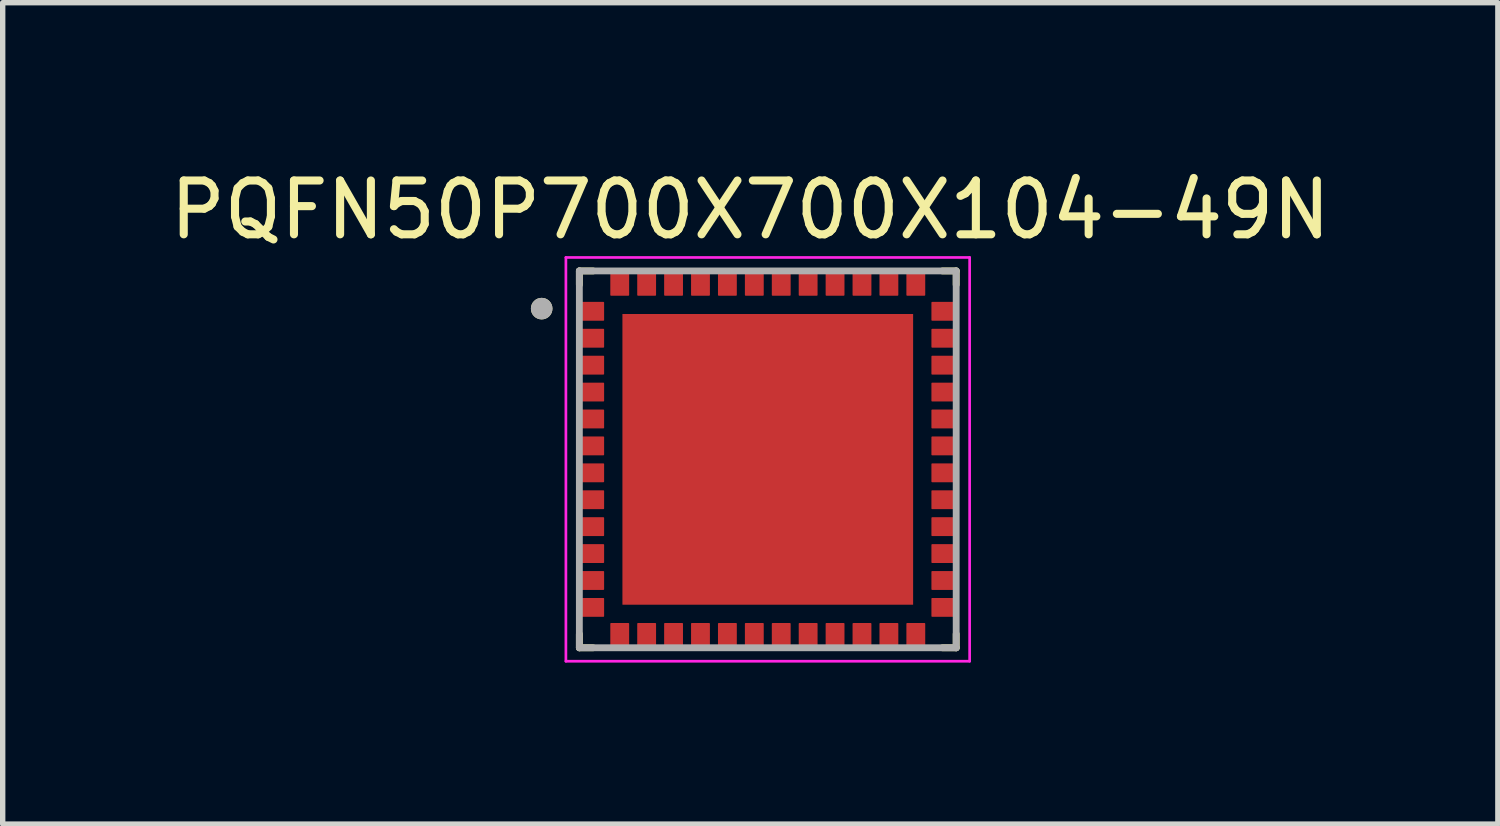
<source format=kicad_pcb>
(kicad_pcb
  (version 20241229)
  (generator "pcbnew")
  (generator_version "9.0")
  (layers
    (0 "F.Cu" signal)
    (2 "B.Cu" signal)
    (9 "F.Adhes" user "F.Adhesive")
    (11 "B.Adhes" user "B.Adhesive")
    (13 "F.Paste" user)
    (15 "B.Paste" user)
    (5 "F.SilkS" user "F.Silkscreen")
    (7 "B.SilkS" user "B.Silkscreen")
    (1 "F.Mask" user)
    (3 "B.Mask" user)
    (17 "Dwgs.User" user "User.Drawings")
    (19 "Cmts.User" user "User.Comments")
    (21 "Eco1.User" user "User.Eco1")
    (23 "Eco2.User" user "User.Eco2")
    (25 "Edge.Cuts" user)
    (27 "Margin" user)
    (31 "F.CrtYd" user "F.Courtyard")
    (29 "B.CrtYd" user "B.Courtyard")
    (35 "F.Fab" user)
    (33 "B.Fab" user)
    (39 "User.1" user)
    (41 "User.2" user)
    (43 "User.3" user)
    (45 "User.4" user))
  (footprint "PQFN50P700X700X104-49N"
    (layer "F.Cu")
    (at 11.212 5.483)
    (property "Reference" "PQFN50P700X700X104-49N" (at -0.325 -4.635 0) (layer "F.SilkS") (effects (font (size 1 1) (thickness 0.15))))
    (attr through_hole)
    (fp_line (start -3.5 -3.5) (end -3.245 -3.5) (stroke (width 0.127) (type solid)) (layer "F.SilkS"))
    (fp_line (start -3.5 -3.245) (end -3.5 -3.5) (stroke (width 0.127) (type solid)) (layer "F.SilkS"))
    (fp_line (start -3.5 3.245) (end -3.5 3.5) (stroke (width 0.127) (type solid)) (layer "F.SilkS"))
    (fp_line (start -3.5 3.5) (end -3.245 3.5) (stroke (width 0.127) (type solid)) (layer "F.SilkS"))
    (fp_line (start 3.5 -3.5) (end 3.245 -3.5) (stroke (width 0.127) (type solid)) (layer "F.SilkS"))
    (fp_line (start 3.5 -3.245) (end 3.5 -3.5) (stroke (width 0.127) (type solid)) (layer "F.SilkS"))
    (fp_line (start 3.5 3.245) (end 3.5 3.5) (stroke (width 0.127) (type solid)) (layer "F.SilkS"))
    (fp_line (start 3.5 3.5) (end 3.245 3.5) (stroke (width 0.127) (type solid)) (layer "F.SilkS"))
    (fp_circle (center -4.2 -2.8) (end -4.1 -2.8) (stroke (width 0.2) (type solid)) (fill no) (layer "F.SilkS"))
    (fp_poly (pts (xy -2.305 -2.305) (xy -0.395 -2.305) (xy -0.395 -0.395) (xy -2.305 -0.395)) (stroke (width 0.01) (type solid)) (fill yes) (layer "F.Paste"))
    (fp_poly (pts (xy -2.305 0.395) (xy -0.395 0.395) (xy -0.395 2.305) (xy -2.305 2.305)) (stroke (width 0.01) (type solid)) (fill yes) (layer "F.Paste"))
    (fp_poly (pts (xy 0.395 -2.305) (xy 2.305 -2.305) (xy 2.305 -0.395) (xy 0.395 -0.395)) (stroke (width 0.01) (type solid)) (fill yes) (layer "F.Paste"))
    (fp_poly (pts (xy 0.395 0.395) (xy 2.305 0.395) (xy 2.305 2.305) (xy 0.395 2.305)) (stroke (width 0.01) (type solid)) (fill yes) (layer "F.Paste"))
    (fp_line (start -3.75 -3.75) (end -3.75 3.75) (stroke (width 0.05) (type solid)) (layer "F.CrtYd"))
    (fp_line (start -3.75 3.75) (end 3.75 3.75) (stroke (width 0.05) (type solid)) (layer "F.CrtYd"))
    (fp_line (start 3.75 -3.75) (end -3.75 -3.75) (stroke (width 0.05) (type solid)) (layer "F.CrtYd"))
    (fp_line (start 3.75 3.75) (end 3.75 -3.75) (stroke (width 0.05) (type solid)) (layer "F.CrtYd"))
    (fp_line (start -3.5 -3.5) (end 3.5 -3.5) (stroke (width 0.127) (type solid)) (layer "F.Fab"))
    (fp_line (start -3.5 3.5) (end -3.5 -3.5) (stroke (width 0.127) (type solid)) (layer "F.Fab"))
    (fp_line (start 3.5 -3.5) (end 3.5 3.5) (stroke (width 0.127) (type solid)) (layer "F.Fab"))
    (fp_line (start 3.5 3.5) (end -3.5 3.5) (stroke (width 0.127) (type solid)) (layer "F.Fab"))
    (fp_circle (center -4.2 -2.8) (end -4.1 -2.8) (stroke (width 0.2) (type solid)) (fill no) (layer "F.Fab"))
    (pad "1" smd roundrect (at -3.265 -2.75 180) (size 0.45 0.35) (layers "F.Cu" "F.Mask" "F.Paste") (roundrect_rratio 0.04))
    (pad "2" smd roundrect (at -3.265 -2.25 180) (size 0.45 0.35) (layers "F.Cu" "F.Mask" "F.Paste") (roundrect_rratio 0.04))
    (pad "3" smd roundrect (at -3.265 -1.75 180) (size 0.45 0.35) (layers "F.Cu" "F.Mask" "F.Paste") (roundrect_rratio 0.04))
    (pad "4" smd roundrect (at -3.265 -1.25 180) (size 0.45 0.35) (layers "F.Cu" "F.Mask" "F.Paste") (roundrect_rratio 0.04))
    (pad "5" smd roundrect (at -3.265 -0.75 180) (size 0.45 0.35) (layers "F.Cu" "F.Mask" "F.Paste") (roundrect_rratio 0.04))
    (pad "6" smd roundrect (at -3.265 -0.25 180) (size 0.45 0.35) (layers "F.Cu" "F.Mask" "F.Paste") (roundrect_rratio 0.04))
    (pad "7" smd roundrect (at -3.265 0.25 180) (size 0.45 0.35) (layers "F.Cu" "F.Mask" "F.Paste") (roundrect_rratio 0.04))
    (pad "8" smd roundrect (at -3.265 0.75 180) (size 0.45 0.35) (layers "F.Cu" "F.Mask" "F.Paste") (roundrect_rratio 0.04))
    (pad "9" smd roundrect (at -3.265 1.25 180) (size 0.45 0.35) (layers "F.Cu" "F.Mask" "F.Paste") (roundrect_rratio 0.04))
    (pad "10" smd roundrect (at -3.265 1.75 180) (size 0.45 0.35) (layers "F.Cu" "F.Mask" "F.Paste") (roundrect_rratio 0.04))
    (pad "11" smd roundrect (at -3.265 2.25 180) (size 0.45 0.35) (layers "F.Cu" "F.Mask" "F.Paste") (roundrect_rratio 0.04))
    (pad "12" smd roundrect (at -3.265 2.75 180) (size 0.45 0.35) (layers "F.Cu" "F.Mask" "F.Paste") (roundrect_rratio 0.04))
    (pad "13" smd roundrect (at -2.75 3.265 270) (size 0.45 0.35) (layers "F.Cu" "F.Mask" "F.Paste") (roundrect_rratio 0.04))
    (pad "14" smd roundrect (at -2.25 3.265 270) (size 0.45 0.35) (layers "F.Cu" "F.Mask" "F.Paste") (roundrect_rratio 0.04))
    (pad "15" smd roundrect (at -1.75 3.265 270) (size 0.45 0.35) (layers "F.Cu" "F.Mask" "F.Paste") (roundrect_rratio 0.04))
    (pad "16" smd roundrect (at -1.25 3.265 270) (size 0.45 0.35) (layers "F.Cu" "F.Mask" "F.Paste") (roundrect_rratio 0.04))
    (pad "17" smd roundrect (at -0.75 3.265 270) (size 0.45 0.35) (layers "F.Cu" "F.Mask" "F.Paste") (roundrect_rratio 0.04))
    (pad "18" smd roundrect (at -0.25 3.265 270) (size 0.45 0.35) (layers "F.Cu" "F.Mask" "F.Paste") (roundrect_rratio 0.04))
    (pad "19" smd roundrect (at 0.25 3.265 270) (size 0.45 0.35) (layers "F.Cu" "F.Mask" "F.Paste") (roundrect_rratio 0.04))
    (pad "20" smd roundrect (at 0.75 3.265 270) (size 0.45 0.35) (layers "F.Cu" "F.Mask" "F.Paste") (roundrect_rratio 0.04))
    (pad "21" smd roundrect (at 1.25 3.265 270) (size 0.45 0.35) (layers "F.Cu" "F.Mask" "F.Paste") (roundrect_rratio 0.04))
    (pad "22" smd roundrect (at 1.75 3.265 270) (size 0.45 0.35) (layers "F.Cu" "F.Mask" "F.Paste") (roundrect_rratio 0.04))
    (pad "23" smd roundrect (at 2.25 3.265 270) (size 0.45 0.35) (layers "F.Cu" "F.Mask" "F.Paste") (roundrect_rratio 0.04))
    (pad "24" smd roundrect (at 2.75 3.265 270) (size 0.45 0.35) (layers "F.Cu" "F.Mask" "F.Paste") (roundrect_rratio 0.04))
    (pad "25" smd roundrect (at 3.265 2.75) (size 0.45 0.35) (layers "F.Cu" "F.Mask" "F.Paste") (roundrect_rratio 0.04))
    (pad "26" smd roundrect (at 3.265 2.25) (size 0.45 0.35) (layers "F.Cu" "F.Mask" "F.Paste") (roundrect_rratio 0.04))
    (pad "27" smd roundrect (at 3.265 1.75) (size 0.45 0.35) (layers "F.Cu" "F.Mask" "F.Paste") (roundrect_rratio 0.04))
    (pad "28" smd roundrect (at 3.265 1.25) (size 0.45 0.35) (layers "F.Cu" "F.Mask" "F.Paste") (roundrect_rratio 0.04))
    (pad "29" smd roundrect (at 3.265 0.75) (size 0.45 0.35) (layers "F.Cu" "F.Mask" "F.Paste") (roundrect_rratio 0.04))
    (pad "30" smd roundrect (at 3.265 0.25) (size 0.45 0.35) (layers "F.Cu" "F.Mask" "F.Paste") (roundrect_rratio 0.04))
    (pad "31" smd roundrect (at 3.265 -0.25) (size 0.45 0.35) (layers "F.Cu" "F.Mask" "F.Paste") (roundrect_rratio 0.04))
    (pad "32" smd roundrect (at 3.265 -0.75) (size 0.45 0.35) (layers "F.Cu" "F.Mask" "F.Paste") (roundrect_rratio 0.04))
    (pad "33" smd roundrect (at 3.265 -1.25) (size 0.45 0.35) (layers "F.Cu" "F.Mask" "F.Paste") (roundrect_rratio 0.04))
    (pad "34" smd roundrect (at 3.265 -1.75) (size 0.45 0.35) (layers "F.Cu" "F.Mask" "F.Paste") (roundrect_rratio 0.04))
    (pad "35" smd roundrect (at 3.265 -2.25) (size 0.45 0.35) (layers "F.Cu" "F.Mask" "F.Paste") (roundrect_rratio 0.04))
    (pad "36" smd roundrect (at 3.265 -2.75) (size 0.45 0.35) (layers "F.Cu" "F.Mask" "F.Paste") (roundrect_rratio 0.04))
    (pad "37" smd roundrect (at 2.75 -3.265 90) (size 0.45 0.35) (layers "F.Cu" "F.Mask" "F.Paste") (roundrect_rratio 0.04))
    (pad "38" smd roundrect (at 2.25 -3.265 90) (size 0.45 0.35) (layers "F.Cu" "F.Mask" "F.Paste") (roundrect_rratio 0.04))
    (pad "39" smd roundrect (at 1.75 -3.265 90) (size 0.45 0.35) (layers "F.Cu" "F.Mask" "F.Paste") (roundrect_rratio 0.04))
    (pad "40" smd roundrect (at 1.25 -3.265 90) (size 0.45 0.35) (layers "F.Cu" "F.Mask" "F.Paste") (roundrect_rratio 0.04))
    (pad "41" smd roundrect (at 0.75 -3.265 90) (size 0.45 0.35) (layers "F.Cu" "F.Mask" "F.Paste") (roundrect_rratio 0.04))
    (pad "42" smd roundrect (at 0.25 -3.265 90) (size 0.45 0.35) (layers "F.Cu" "F.Mask" "F.Paste") (roundrect_rratio 0.04))
    (pad "43" smd roundrect (at -0.25 -3.265 90) (size 0.45 0.35) (layers "F.Cu" "F.Mask" "F.Paste") (roundrect_rratio 0.04))
    (pad "44" smd roundrect (at -0.75 -3.265 90) (size 0.45 0.35) (layers "F.Cu" "F.Mask" "F.Paste") (roundrect_rratio 0.04))
    (pad "45" smd roundrect (at -1.25 -3.265 90) (size 0.45 0.35) (layers "F.Cu" "F.Mask" "F.Paste") (roundrect_rratio 0.04))
    (pad "46" smd roundrect (at -1.75 -3.265 90) (size 0.45 0.35) (layers "F.Cu" "F.Mask" "F.Paste") (roundrect_rratio 0.04))
    (pad "47" smd roundrect (at -2.25 -3.265 90) (size 0.45 0.35) (layers "F.Cu" "F.Mask" "F.Paste") (roundrect_rratio 0.04))
    (pad "48" smd roundrect (at -2.75 -3.265 90) (size 0.45 0.35) (layers "F.Cu" "F.Mask" "F.Paste") (roundrect_rratio 0.04))
    (pad "49" smd rect (at 0 0) (size 5.4 5.4) (layers "F.Cu" "F.Mask")))
  (gr_rect
    (start -3 -3)
    (end 24.774 12.258)
    (stroke (width 0.1) (type default))
    (fill no)
    (layer "Edge.Cuts")))
</source>
